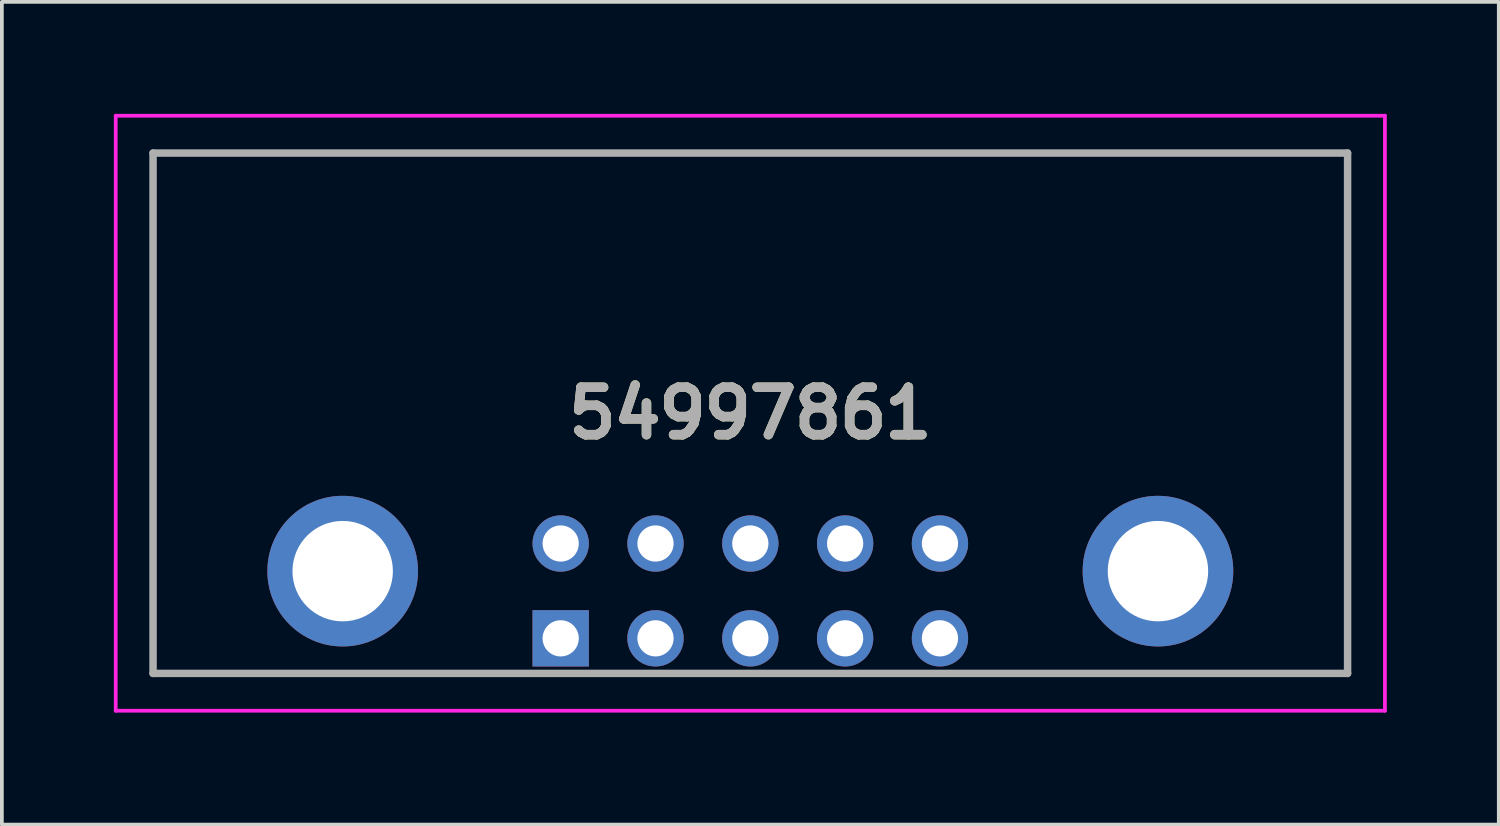
<source format=kicad_pcb>
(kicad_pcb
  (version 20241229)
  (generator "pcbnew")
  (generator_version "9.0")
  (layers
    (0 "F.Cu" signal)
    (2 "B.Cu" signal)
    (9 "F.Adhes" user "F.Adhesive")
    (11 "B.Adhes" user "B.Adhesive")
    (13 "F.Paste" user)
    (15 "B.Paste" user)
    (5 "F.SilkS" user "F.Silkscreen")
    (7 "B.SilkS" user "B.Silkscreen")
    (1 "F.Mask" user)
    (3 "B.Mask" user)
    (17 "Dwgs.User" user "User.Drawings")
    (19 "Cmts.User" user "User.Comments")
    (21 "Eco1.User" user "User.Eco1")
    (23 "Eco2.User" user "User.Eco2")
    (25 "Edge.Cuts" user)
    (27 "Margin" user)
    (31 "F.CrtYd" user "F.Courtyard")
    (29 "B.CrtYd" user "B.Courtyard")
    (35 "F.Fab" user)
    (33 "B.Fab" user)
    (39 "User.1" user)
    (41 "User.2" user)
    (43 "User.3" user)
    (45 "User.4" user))
  (footprint "54997861"
    (layer "F.Cu")
    (at 11.97 14.05)
    (property "Reference" "54997861" (at 5.08 -6.03 0) (layer "F.SilkS") (effects (font (size 1.27 1.27) (thickness 0.254))))
    (attr through_hole)
    (fp_line (start -10.92 -13) (end -10.92 -13) (stroke (width 0.1) (type solid)) (layer "F.SilkS"))
    (fp_line (start -10.92 -13) (end -10.92 -13) (stroke (width 0.1) (type solid)) (layer "F.SilkS"))
    (fp_line (start -10.92 -13) (end -10.92 0.94) (stroke (width 0.1) (type solid)) (layer "F.SilkS"))
    (fp_line (start -10.92 -13) (end 21.08 -13) (stroke (width 0.1) (type solid)) (layer "F.SilkS"))
    (fp_line (start -10.92 0.94) (end -10.92 -13) (stroke (width 0.1) (type solid)) (layer "F.SilkS"))
    (fp_line (start -10.92 0.94) (end -10.92 0.94) (stroke (width 0.1) (type solid)) (layer "F.SilkS"))
    (fp_line (start -10.92 0.94) (end -10.92 0.94) (stroke (width 0.1) (type solid)) (layer "F.SilkS"))
    (fp_line (start -10.92 0.94) (end -0.75 0.94) (stroke (width 0.1) (type solid)) (layer "F.SilkS"))
    (fp_line (start -0.75 0.94) (end -10.92 0.94) (stroke (width 0.1) (type solid)) (layer "F.SilkS"))
    (fp_line (start -0.75 0.94) (end -0.75 0.94) (stroke (width 0.1) (type solid)) (layer "F.SilkS"))
    (fp_line (start 10.75 0.94) (end 10.75 0.94) (stroke (width 0.1) (type solid)) (layer "F.SilkS"))
    (fp_line (start 10.75 0.94) (end 21.08 0.94) (stroke (width 0.1) (type solid)) (layer "F.SilkS"))
    (fp_line (start 21.08 -13) (end -10.92 -13) (stroke (width 0.1) (type solid)) (layer "F.SilkS"))
    (fp_line (start 21.08 -13) (end 21.08 -13) (stroke (width 0.1) (type solid)) (layer "F.SilkS"))
    (fp_line (start 21.08 -13) (end 21.08 -13) (stroke (width 0.1) (type solid)) (layer "F.SilkS"))
    (fp_line (start 21.08 -13) (end 21.08 0.94) (stroke (width 0.1) (type solid)) (layer "F.SilkS"))
    (fp_line (start 21.08 0.94) (end 10.75 0.94) (stroke (width 0.1) (type solid)) (layer "F.SilkS"))
    (fp_line (start 21.08 0.94) (end 21.08 -13) (stroke (width 0.1) (type solid)) (layer "F.SilkS"))
    (fp_line (start 21.08 0.94) (end 21.08 0.94) (stroke (width 0.1) (type solid)) (layer "F.SilkS"))
    (fp_line (start 21.08 0.94) (end 21.08 0.94) (stroke (width 0.1) (type solid)) (layer "F.SilkS"))
    (fp_line (start -11.92 -14) (end 22.08 -14) (stroke (width 0.1) (type solid)) (layer "F.CrtYd"))
    (fp_line (start -11.92 1.94) (end -11.92 -14) (stroke (width 0.1) (type solid)) (layer "F.CrtYd"))
    (fp_line (start 22.08 -14) (end 22.08 1.94) (stroke (width 0.1) (type solid)) (layer "F.CrtYd"))
    (fp_line (start 22.08 1.94) (end -11.92 1.94) (stroke (width 0.1) (type solid)) (layer "F.CrtYd"))
    (fp_line (start -10.92 -13) (end -10.92 0.94) (stroke (width 0.2) (type solid)) (layer "F.Fab"))
    (fp_line (start -10.92 0.94) (end 21.08 0.94) (stroke (width 0.2) (type solid)) (layer "F.Fab"))
    (fp_line (start 21.08 -13) (end -10.92 -13) (stroke (width 0.2) (type solid)) (layer "F.Fab"))
    (fp_line (start 21.08 0.94) (end 21.08 -13) (stroke (width 0.2) (type solid)) (layer "F.Fab"))
    (fp_text user "${REFERENCE}" (at 5.08 -6.03 0) (layer "F.Fab") (effects (font (size 1.27 1.27) (thickness 0.254))))
    (pad "1" thru_hole rect (at 0 0) (size 1.509 1.509) (drill 0.97) (layers "*.Cu" "*.Mask"))
    (pad "2" thru_hole circle (at 0 -2.54) (size 1.509 1.509) (drill 0.97) (layers "*.Cu" "*.Mask"))
    (pad "3" thru_hole circle (at 2.54 0) (size 1.509 1.509) (drill 0.97) (layers "*.Cu" "*.Mask"))
    (pad "4" thru_hole circle (at 2.54 -2.54) (size 1.509 1.509) (drill 0.97) (layers "*.Cu" "*.Mask"))
    (pad "5" thru_hole circle (at 5.08 0) (size 1.509 1.509) (drill 0.97) (layers "*.Cu" "*.Mask"))
    (pad "6" thru_hole circle (at 5.08 -2.54) (size 1.509 1.509) (drill 0.97) (layers "*.Cu" "*.Mask"))
    (pad "7" thru_hole circle (at 7.62 0) (size 1.509 1.509) (drill 0.97) (layers "*.Cu" "*.Mask"))
    (pad "8" thru_hole circle (at 7.62 -2.54) (size 1.509 1.509) (drill 0.97) (layers "*.Cu" "*.Mask"))
    (pad "9" thru_hole circle (at 10.16 0) (size 1.509 1.509) (drill 0.97) (layers "*.Cu" "*.Mask"))
    (pad "10" thru_hole circle (at 10.16 -2.54) (size 1.509 1.509) (drill 0.97) (layers "*.Cu" "*.Mask"))
    (pad "MH1" thru_hole circle (at -5.84 -1.8) (size 4.035 4.035) (drill 2.69) (layers "*.Cu" "*.Mask"))
    (pad "MH2" thru_hole circle (at 16 -1.8) (size 4.035 4.035) (drill 2.69) (layers "*.Cu" "*.Mask")))
  (gr_rect
    (start -3 -3)
    (end 37.1 19.04)
    (stroke (width 0.1) (type default))
    (fill no)
    (layer "Edge.Cuts")))
</source>
